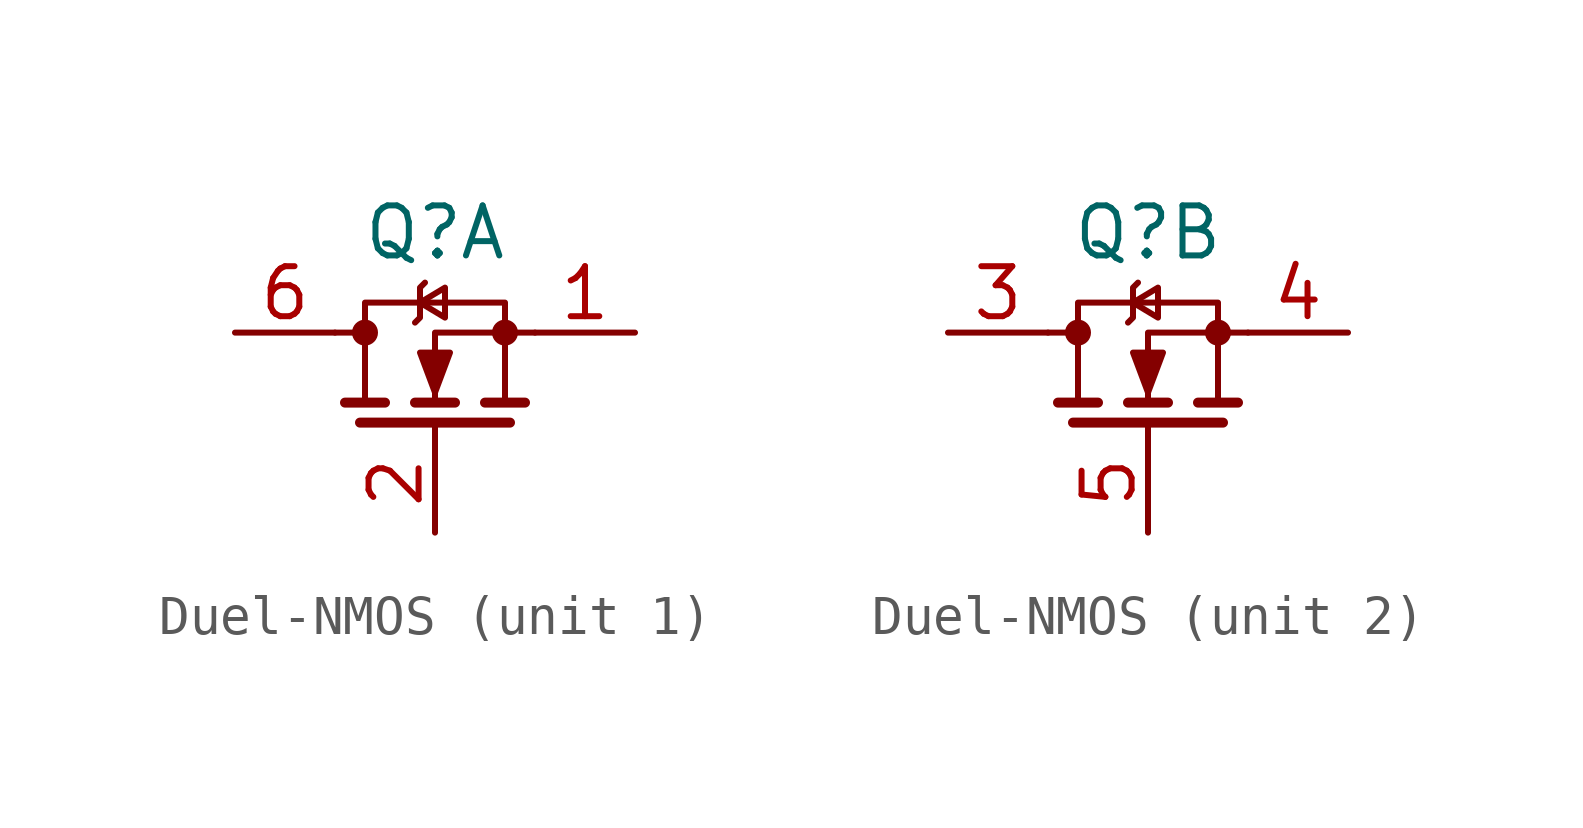
<source format=kicad_sym>
(kicad_symbol_lib
  (version 20220914)
  (generator kicad_symbol_editor)
  (symbol "Duel-NMOS"
    (property "Reference" "Q"
      (at 0 2.54 0)
      (effects (font (size 1.27 1.27))))
    (property "Value" ""
      (at 0 0 0)
      (effects (font (size 1.27 1.27))))
    (symbol "Duel-NMOS_0_1"
      (circle (center -1.778 0) (radius 0.254) (stroke (width 0) (type default)) (fill (type outline)))
      (polyline (pts (xy -2.54 0) (xy -1.778 0)) (stroke (width 0) (type default)) (fill (type none)))
      (polyline (pts (xy -2.286 -1.778) (xy -1.27 -1.778)) (stroke (width 0.254) (type default)) (fill (type none)))
      (polyline (pts (xy -1.905 -2.286) (xy 1.905 -2.286)) (stroke (width 0.254) (type default)) (fill (type none)))
      (polyline (pts (xy -0.508 -1.778) (xy 0.508 -1.778)) (stroke (width 0.254) (type default)) (fill (type none)))
      (polyline (pts (xy 0 -2.54) (xy 0 -2.286)) (stroke (width 0) (type default)) (fill (type none)))
      (polyline (pts (xy 1.27 -1.778) (xy 2.286 -1.778)) (stroke (width 0.254) (type default)) (fill (type none)))
      (polyline (pts (xy 2.54 0) (xy 0 0) (xy 0 -1.778)) (stroke (width 0) (type default)) (fill (type none)))
      (polyline (pts (xy -0.508 0.254) (xy -0.381 0.381) (xy -0.381 1.143) (xy -0.254 1.27)) (stroke (width 0) (type default)) (fill (type none)))
      (polyline (pts (xy -0.381 0.762) (xy 0.254 0.381) (xy 0.254 1.143) (xy -0.381 0.762)) (stroke (width 0) (type default)) (fill (type none)))
      (polyline (pts (xy 0 -1.524) (xy -0.381 -0.508) (xy 0.381 -0.508) (xy 0 -1.524)) (stroke (width 0) (type default)) (fill (type outline)))
      (polyline (pts (xy 1.778 -1.778) (xy 1.778 0.762) (xy -1.778 0.762) (xy -1.778 -1.778)) (stroke (width 0) (type default)) (fill (type none)))
      (circle (center 1.778 0) (radius 0.254) (stroke (width 0) (type default)) (fill (type outline))))
    (symbol "Duel-NMOS_1_1"
      (pin passive line (at 5.08 0 180) (length 2.54) (name "" (effects (font (size 1.27 1.27)))) (number "1" (effects (font (size 1.27 1.27)))))
      (pin input line (at 0 -5.08 90) (length 2.54) (name "" (effects (font (size 1.27 1.27)))) (number "2" (effects (font (size 1.27 1.27)))))
      (pin passive line (at -5.08 0 0) (length 2.54) (name "" (effects (font (size 1.27 1.27)))) (number "6" (effects (font (size 1.27 1.27))))))
    (symbol "Duel-NMOS_2_1"
      (pin passive line (at -5.08 0 0) (length 2.54) (name "" (effects (font (size 1.27 1.27)))) (number "3" (effects (font (size 1.27 1.27)))))
      (pin passive line (at 5.08 0 180) (length 2.54) (name "" (effects (font (size 1.27 1.27)))) (number "4" (effects (font (size 1.27 1.27)))))
      (pin input line (at 0 -5.08 90) (length 2.54) (name "" (effects (font (size 1.27 1.27)))) (number "5" (effects (font (size 1.27 1.27))))))))
</source>
